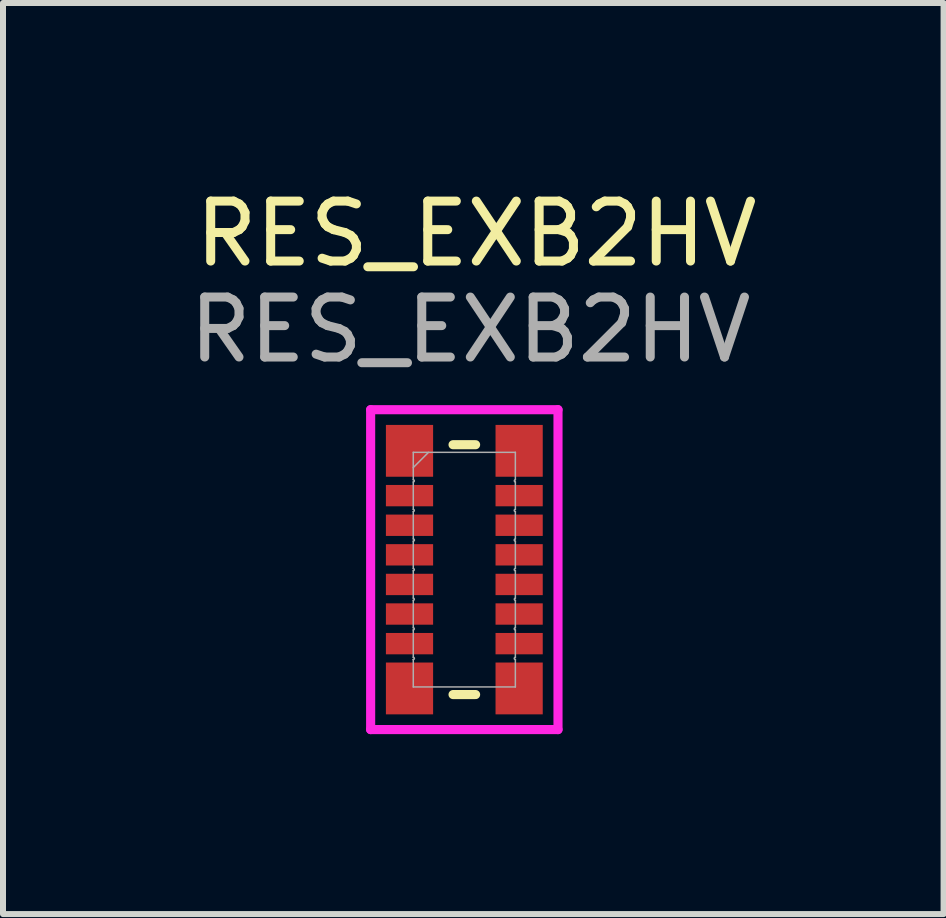
<source format=kicad_pcb>
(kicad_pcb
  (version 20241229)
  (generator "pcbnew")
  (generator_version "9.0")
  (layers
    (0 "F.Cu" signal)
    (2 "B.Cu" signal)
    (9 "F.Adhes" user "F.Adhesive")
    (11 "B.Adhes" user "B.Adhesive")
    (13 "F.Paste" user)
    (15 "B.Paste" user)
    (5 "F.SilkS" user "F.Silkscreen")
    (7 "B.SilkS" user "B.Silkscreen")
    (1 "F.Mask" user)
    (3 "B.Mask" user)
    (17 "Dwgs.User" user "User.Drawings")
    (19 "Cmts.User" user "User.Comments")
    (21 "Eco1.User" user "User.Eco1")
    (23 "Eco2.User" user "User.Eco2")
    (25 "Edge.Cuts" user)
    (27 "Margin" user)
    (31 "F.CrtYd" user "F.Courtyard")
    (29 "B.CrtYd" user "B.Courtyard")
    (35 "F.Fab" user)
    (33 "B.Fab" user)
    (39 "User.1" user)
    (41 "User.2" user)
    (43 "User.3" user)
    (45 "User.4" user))
  (footprint "RES_EXB2HV"
    (layer "F.Cu")
    (at 4.692 6.448)
    (property "Reference" "RES_EXB2HV" (at 0.2 -5.6 0) (unlocked yes) (layer "F.SilkS") (effects (font (size 1 1) (thickness 0.15))))
    (attr smd)
    (fp_line (start -0.188 -2.083) (end 0.188 -2.083) (stroke (width 0.152) (type solid)) (layer "F.SilkS"))
    (fp_line (start -0.188 2.083) (end 0.188 2.083) (stroke (width 0.152) (type solid)) (layer "F.SilkS"))
    (fp_line (start -1.562 -2.667) (end 1.562 -2.667) (stroke (width 0.152) (type solid)) (layer "F.CrtYd"))
    (fp_line (start -1.562 2.667) (end -1.562 -2.667) (stroke (width 0.152) (type solid)) (layer "F.CrtYd"))
    (fp_line (start 1.562 -2.667) (end 1.562 2.667) (stroke (width 0.152) (type solid)) (layer "F.CrtYd"))
    (fp_line (start 1.562 2.667) (end -1.562 2.667) (stroke (width 0.152) (type solid)) (layer "F.CrtYd"))
    (fp_line (start -0.851 -1.956) (end 0.851 -1.956) (stroke (width 0.025) (type solid)) (layer "F.Fab"))
    (fp_line (start -0.851 -1.499) (end -0.851 -1.956) (stroke (width 0.025) (type solid)) (layer "F.Fab"))
    (fp_line (start -0.851 -1.462) (end -0.851 -1.005) (stroke (width 0.025) (type solid)) (layer "F.Fab"))
    (fp_line (start -0.851 -0.969) (end -0.851 -0.512) (stroke (width 0.025) (type solid)) (layer "F.Fab"))
    (fp_line (start -0.851 -0.475) (end -0.851 -0.018) (stroke (width 0.025) (type solid)) (layer "F.Fab"))
    (fp_line (start -0.851 0.018) (end -0.851 0.475) (stroke (width 0.025) (type solid)) (layer "F.Fab"))
    (fp_line (start -0.851 0.512) (end -0.851 0.969) (stroke (width 0.025) (type solid)) (layer "F.Fab"))
    (fp_line (start -0.851 1.005) (end -0.851 1.463) (stroke (width 0.025) (type solid)) (layer "F.Fab"))
    (fp_line (start -0.851 1.499) (end -0.851 1.956) (stroke (width 0.025) (type solid)) (layer "F.Fab"))
    (fp_line (start -0.851 1.499) (end -0.851 1.499) (stroke (width 0.025) (type solid)) (layer "F.Fab"))
    (fp_line (start -0.851 1.956) (end 0.851 1.956) (stroke (width 0.025) (type solid)) (layer "F.Fab"))
    (fp_line (start -0.597 -1.956) (end -0.851 -1.702) (stroke (width 0.025) (type solid)) (layer "F.Fab"))
    (fp_line (start 0.851 -1.499) (end 0.851 -1.956) (stroke (width 0.025) (type solid)) (layer "F.Fab"))
    (fp_line (start 0.851 -1.462) (end 0.851 -1.005) (stroke (width 0.025) (type solid)) (layer "F.Fab"))
    (fp_line (start 0.851 -0.969) (end 0.851 -0.512) (stroke (width 0.025) (type solid)) (layer "F.Fab"))
    (fp_line (start 0.851 -0.475) (end 0.851 -0.018) (stroke (width 0.025) (type solid)) (layer "F.Fab"))
    (fp_line (start 0.851 0.018) (end 0.851 0.475) (stroke (width 0.025) (type solid)) (layer "F.Fab"))
    (fp_line (start 0.851 0.512) (end 0.851 0.969) (stroke (width 0.025) (type solid)) (layer "F.Fab"))
    (fp_line (start 0.851 1.005) (end 0.851 1.463) (stroke (width 0.025) (type solid)) (layer "F.Fab"))
    (fp_line (start 0.851 1.499) (end 0.851 1.956) (stroke (width 0.025) (type solid)) (layer "F.Fab"))
    (fp_line (start 0.851 1.499) (end 0.851 1.499) (stroke (width 0.025) (type solid)) (layer "F.Fab"))
    (fp_arc (start -0.8509 -1.4986) (mid -0.832739 -1.480439) (end -0.8509 -1.462278) (stroke (width 0.0254) (type solid)) (layer "F.Fab"))
    (fp_arc (start -0.8509 -1.005078) (mid -0.832739 -0.986917) (end -0.8509 -0.968756) (stroke (width 0.0254) (type solid)) (layer "F.Fab"))
    (fp_arc (start -0.8509 -0.511556) (mid -0.832739 -0.493395) (end -0.8509 -0.475234) (stroke (width 0.0254) (type solid)) (layer "F.Fab"))
    (fp_arc (start -0.8509 -0.018034) (mid -0.832739 0.000127) (end -0.8509 0.018288) (stroke (width 0.0254) (type solid)) (layer "F.Fab"))
    (fp_arc (start -0.8509 0.475488) (mid -0.832739 0.493649) (end -0.8509 0.51181) (stroke (width 0.0254) (type solid)) (layer "F.Fab"))
    (fp_arc (start -0.8509 0.96901) (mid -0.832739 0.987171) (end -0.8509 1.005332) (stroke (width 0.0254) (type solid)) (layer "F.Fab"))
    (fp_arc (start -0.8509 1.462532) (mid -0.832739 1.480693) (end -0.8509 1.498854) (stroke (width 0.0254) (type solid)) (layer "F.Fab"))
    (fp_arc (start 0.8509 -1.462278) (mid 0.832739 -1.480439) (end 0.8509 -1.4986) (stroke (width 0.0254) (type solid)) (layer "F.Fab"))
    (fp_arc (start 0.8509 -0.968756) (mid 0.832739 -0.986917) (end 0.8509 -1.005078) (stroke (width 0.0254) (type solid)) (layer "F.Fab"))
    (fp_arc (start 0.8509 -0.475234) (mid 0.832739 -0.493395) (end 0.8509 -0.511556) (stroke (width 0.0254) (type solid)) (layer "F.Fab"))
    (fp_arc (start 0.8509 0.018288) (mid 0.832739 0.000127) (end 0.8509 -0.018034) (stroke (width 0.0254) (type solid)) (layer "F.Fab"))
    (fp_arc (start 0.8509 0.51181) (mid 0.832739 0.493649) (end 0.8509 0.475488) (stroke (width 0.0254) (type solid)) (layer "F.Fab"))
    (fp_arc (start 0.8509 1.005332) (mid 0.832739 0.987171) (end 0.8509 0.96901) (stroke (width 0.0254) (type solid)) (layer "F.Fab"))
    (fp_arc (start 0.8509 1.498854) (mid 0.832739 1.480693) (end 0.8509 1.462532) (stroke (width 0.0254) (type solid)) (layer "F.Fab"))
    (fp_text user "${REFERENCE}" (at 0.1 -4 0) (unlocked yes) (layer "F.Fab") (effects (font (size 1 1) (thickness 0.15))))
    (pad "1" smd rect (at -0.914 -1.981) (size 0.787 0.864) (layers "F.Cu" "F.Mask" "F.Paste"))
    (pad "2" smd rect (at -0.914 -1.234) (size 0.787 0.356) (layers "F.Cu" "F.Mask" "F.Paste"))
    (pad "3" smd rect (at -0.914 -0.74) (size 0.787 0.356) (layers "F.Cu" "F.Mask" "F.Paste"))
    (pad "4" smd rect (at -0.914 -0.247) (size 0.787 0.356) (layers "F.Cu" "F.Mask" "F.Paste"))
    (pad "5" smd rect (at -0.914 0.247) (size 0.787 0.356) (layers "F.Cu" "F.Mask" "F.Paste"))
    (pad "6" smd rect (at -0.914 0.74) (size 0.787 0.356) (layers "F.Cu" "F.Mask" "F.Paste"))
    (pad "7" smd rect (at -0.914 1.234) (size 0.787 0.356) (layers "F.Cu" "F.Mask" "F.Paste"))
    (pad "8" smd rect (at -0.914 1.981) (size 0.787 0.864) (layers "F.Cu" "F.Mask" "F.Paste"))
    (pad "9" smd rect (at 0.914 1.981) (size 0.787 0.864) (layers "F.Cu" "F.Mask" "F.Paste"))
    (pad "10" smd rect (at 0.914 1.234) (size 0.787 0.356) (layers "F.Cu" "F.Mask" "F.Paste"))
    (pad "11" smd rect (at 0.914 0.74) (size 0.787 0.356) (layers "F.Cu" "F.Mask" "F.Paste"))
    (pad "12" smd rect (at 0.914 0.247) (size 0.787 0.356) (layers "F.Cu" "F.Mask" "F.Paste"))
    (pad "13" smd rect (at 0.914 -0.247) (size 0.787 0.356) (layers "F.Cu" "F.Mask" "F.Paste"))
    (pad "14" smd rect (at 0.914 -0.74) (size 0.787 0.356) (layers "F.Cu" "F.Mask" "F.Paste"))
    (pad "15" smd rect (at 0.914 -1.234) (size 0.787 0.356) (layers "F.Cu" "F.Mask" "F.Paste"))
    (pad "16" smd rect (at 0.914 -1.981) (size 0.787 0.864) (layers "F.Cu" "F.Mask" "F.Paste")))
  (gr_rect
    (start -3 -3)
    (end 12.683 12.191)
    (stroke (width 0.1) (type default))
    (fill no)
    (layer "Edge.Cuts")))
</source>
